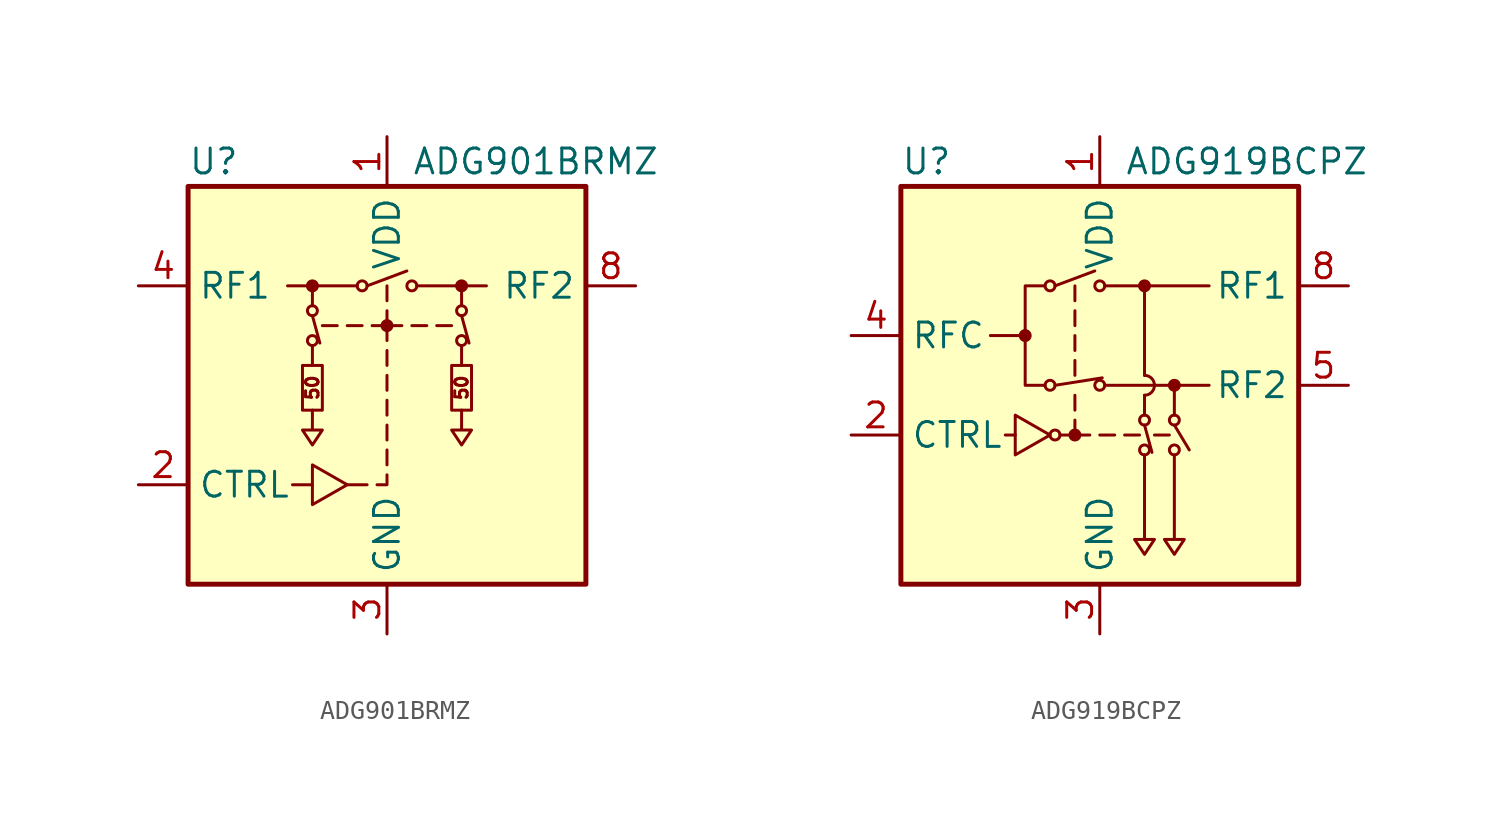
<source format=kicad_sym>
(kicad_symbol_lib
  (version 20231120)
  (generator "kicad_symbol_editor")
  (generator_version "8.0")
  (symbol "ADG901BRMZ"
    (property "Reference" "U"
      (at -10.16 11.43 0)
      (effects (font (size 1.27 1.27)) (justify left)))
    (property "Value" "ADG901BRMZ"
      (at 1.27 11.43 0)
      (effects (font (size 1.27 1.27)) (justify left)))
    (symbol "ADG901BRMZ_0_0"
      (rectangle (start -10.16 10.16) (end 10.16 -10.16) (stroke (width 0.254) (type default)) (fill (type background)))
      (polyline (pts (xy -4.826 -5.08) (xy -3.81 -5.08)) (stroke (width 0) (type default)) (fill (type none)))
      (polyline (pts (xy -2.54 3.048) (xy -3.302 3.048)) (stroke (width 0) (type default)) (fill (type none)))
      (polyline (pts (xy -2.032 3.048) (xy -1.27 3.048)) (stroke (width 0) (type default)) (fill (type none)))
      (polyline (pts (xy -1.016 -5.08) (xy -2.032 -5.08)) (stroke (width 0) (type default)) (fill (type none)))
      (polyline (pts (xy 0 -3.302) (xy 0 -4.064)) (stroke (width 0) (type default)) (fill (type none)))
      (polyline (pts (xy 0 -2.032) (xy 0 -2.794)) (stroke (width 0) (type default)) (fill (type none)))
      (polyline (pts (xy 0 -0.762) (xy 0 -1.524)) (stroke (width 0) (type default)) (fill (type none)))
      (polyline (pts (xy 0 0.508) (xy 0 -0.254)) (stroke (width 0) (type default)) (fill (type none)))
      (polyline (pts (xy 0 1.778) (xy 0 1.016)) (stroke (width 0) (type default)) (fill (type none)))
      (polyline (pts (xy 0 3.048) (xy -0.762 3.048)) (stroke (width 0) (type default)) (fill (type none)))
      (polyline (pts (xy 0 3.048) (xy 0 2.286)) (stroke (width 0) (type default)) (fill (type none)))
      (polyline (pts (xy 0 3.048) (xy 0 3.81)) (stroke (width 0) (type default)) (fill (type none)))
      (polyline (pts (xy 0 3.048) (xy 0.762 3.048)) (stroke (width 0) (type default)) (fill (type none)))
      (polyline (pts (xy 0 4.318) (xy 0 5.08)) (stroke (width 0) (type default)) (fill (type none)))
      (polyline (pts (xy 1.27 3.048) (xy 2.032 3.048)) (stroke (width 0) (type default)) (fill (type none)))
      (polyline (pts (xy 2.54 3.048) (xy 3.302 3.048)) (stroke (width 0) (type default)) (fill (type none)))
      (polyline (pts (xy 0 -4.572) (xy 0 -5.08) (xy -0.508 -5.08)) (stroke (width 0) (type default)) (fill (type none)))
      (polyline (pts (xy -3.81 -4.064) (xy -3.81 -6.096) (xy -2.032 -5.08) (xy -3.81 -4.064)) (stroke (width 0) (type default)) (fill (type none)))
      (circle (center 0 3.048) (radius 0.254) (stroke (width 0) (type default)) (fill (type outline)))
      (text "50" (at -3.81 -0.127 900) (effects (font (size 0.635 0.635))))
      (text "50" (at 3.81 -0.127 900) (effects (font (size 0.635 0.635)))))
    (symbol "ADG901BRMZ_0_1"
      (rectangle (start -4.318 1.016) (end -3.302 -1.27) (stroke (width 0) (type default)) (fill (type none)))
      (circle (center -3.81 2.286) (radius 0.254) (stroke (width 0) (type default)) (fill (type none)))
      (circle (center -3.81 3.81) (radius 0.254) (stroke (width 0) (type default)) (fill (type none)))
      (circle (center -3.81 5.08) (radius 0.254) (stroke (width 0) (type default)) (fill (type outline)))
      (circle (center -1.27 5.08) (radius 0.254) (stroke (width 0) (type default)) (fill (type none)))
      (polyline (pts (xy -5.08 5.08) (xy -1.524 5.08)) (stroke (width 0) (type default)) (fill (type none)))
      (polyline (pts (xy -3.81 2.032) (xy -3.81 1.016)) (stroke (width 0) (type default)) (fill (type none)))
      (polyline (pts (xy -3.81 3.556) (xy -3.429 2.159)) (stroke (width 0) (type default)) (fill (type none)))
      (polyline (pts (xy -3.81 5.08) (xy -3.81 4.064)) (stroke (width 0) (type default)) (fill (type none)))
      (polyline (pts (xy -1.016 5.08) (xy 1.016 5.842)) (stroke (width 0) (type default)) (fill (type none)))
      (polyline (pts (xy 1.524 5.08) (xy 5.08 5.08)) (stroke (width 0) (type default)) (fill (type none)))
      (polyline (pts (xy 3.81 2.032) (xy 3.81 1.016)) (stroke (width 0) (type default)) (fill (type none)))
      (polyline (pts (xy 3.81 3.556) (xy 4.191 2.159)) (stroke (width 0) (type default)) (fill (type none)))
      (polyline (pts (xy 3.81 5.08) (xy 3.81 4.064)) (stroke (width 0) (type default)) (fill (type none)))
      (polyline (pts (xy -3.81 -1.27) (xy -3.81 -2.286) (xy -4.318 -2.286) (xy -3.81 -3.048) (xy -3.302 -2.286) (xy -3.81 -2.286)) (stroke (width 0) (type default)) (fill (type none)))
      (polyline (pts (xy 3.81 -1.27) (xy 3.81 -2.286) (xy 3.302 -2.286) (xy 3.81 -3.048) (xy 4.318 -2.286) (xy 3.81 -2.286)) (stroke (width 0) (type default)) (fill (type none)))
      (circle (center 1.27 5.08) (radius 0.254) (stroke (width 0) (type default)) (fill (type none)))
      (rectangle (start 3.302 1.016) (end 4.318 -1.27) (stroke (width 0) (type default)) (fill (type none)))
      (circle (center 3.81 2.286) (radius 0.254) (stroke (width 0) (type default)) (fill (type none)))
      (circle (center 3.81 3.81) (radius 0.254) (stroke (width 0) (type default)) (fill (type none)))
      (circle (center 3.81 5.08) (radius 0.254) (stroke (width 0) (type default)) (fill (type outline))))
    (symbol "ADG901BRMZ_1_1"
      (pin power_in line (at 0 12.7 270) (length 2.54) (name "VDD" (effects (font (size 1.27 1.27)))) (number "1" (effects (font (size 1.27 1.27)))))
      (pin input line (at -12.7 -5.08 0) (length 2.54) (name "CTRL" (effects (font (size 1.27 1.27)))) (number "2" (effects (font (size 1.27 1.27)))))
      (pin power_in line (at 0 -12.7 90) (length 2.54) (name "GND" (effects (font (size 1.27 1.27)))) (number "3" (effects (font (size 1.27 1.27)))))
      (pin passive line (at -12.7 5.08 0) (length 2.54) (name "RF1" (effects (font (size 1.27 1.27)))) (number "4" (effects (font (size 1.27 1.27)))))
      (pin passive line (at 0 -12.7 90) (length 2.54) hide (name "GND" (effects (font (size 1.27 1.27)))) (number "5" (effects (font (size 1.27 1.27)))))
      (pin passive line (at 0 -12.7 90) (length 2.54) hide (name "GND" (effects (font (size 1.27 1.27)))) (number "6" (effects (font (size 1.27 1.27)))))
      (pin passive line (at 0 -12.7 90) (length 2.54) hide (name "GND" (effects (font (size 1.27 1.27)))) (number "7" (effects (font (size 1.27 1.27)))))
      (pin passive line (at 12.7 5.08 180) (length 2.54) (name "RF2" (effects (font (size 1.27 1.27)))) (number "8" (effects (font (size 1.27 1.27)))))))
  (symbol "ADG919BCPZ"
    (property "Reference" "U"
      (at -10.16 11.43 0)
      (effects (font (size 1.27 1.27)) (justify left)))
    (property "Value" "ADG919BCPZ"
      (at 1.27 11.43 0)
      (effects (font (size 1.27 1.27)) (justify left)))
    (symbol "ADG919BCPZ_0_0"
      (rectangle (start -10.16 10.16) (end 10.16 -10.16) (stroke (width 0.254) (type default)) (fill (type background)))
      (circle (center -3.81 2.54) (radius 0.254) (stroke (width 0) (type default)) (fill (type outline)))
      (circle (center -2.286 -2.54) (radius 0.254) (stroke (width 0) (type default)) (fill (type none)))
      (circle (center -1.27 -2.54) (radius 0.254) (stroke (width 0) (type default)) (fill (type outline)))
      (polyline (pts (xy -4.318 -2.54) (xy -4.826 -2.54)) (stroke (width 0) (type default)) (fill (type none)))
      (polyline (pts (xy -3.81 2.54) (xy -5.588 2.54)) (stroke (width 0) (type default)) (fill (type none)))
      (polyline (pts (xy -1.27 -2.54) (xy -1.27 -1.778)) (stroke (width 0) (type default)) (fill (type none)))
      (polyline (pts (xy -1.27 -1.27) (xy -1.27 -0.508)) (stroke (width 0) (type default)) (fill (type none)))
      (polyline (pts (xy -1.27 1.27) (xy -1.27 0.508)) (stroke (width 0) (type default)) (fill (type none)))
      (polyline (pts (xy -1.27 2.54) (xy -1.27 1.778)) (stroke (width 0) (type default)) (fill (type none)))
      (polyline (pts (xy -1.27 3.81) (xy -1.27 3.048)) (stroke (width 0) (type default)) (fill (type none)))
      (polyline (pts (xy -1.27 5.08) (xy -1.27 4.318)) (stroke (width 0) (type default)) (fill (type none)))
      (polyline (pts (xy -0.508 -2.54) (xy -2.032 -2.54)) (stroke (width 0) (type default)) (fill (type none)))
      (polyline (pts (xy 0 -2.54) (xy 0.762 -2.54)) (stroke (width 0) (type default)) (fill (type none)))
      (polyline (pts (xy 0.254 0) (xy 5.588 0)) (stroke (width 0) (type default)) (fill (type none)))
      (polyline (pts (xy 0.254 5.08) (xy 5.588 5.08)) (stroke (width 0) (type default)) (fill (type none)))
      (polyline (pts (xy 2.032 -2.54) (xy 1.27 -2.54)) (stroke (width 0) (type default)) (fill (type none)))
      (polyline (pts (xy 2.286 0.508) (xy 2.286 5.08)) (stroke (width 0) (type default)) (fill (type none)))
      (polyline (pts (xy 3.556 -2.54) (xy 2.794 -2.54)) (stroke (width 0) (type default)) (fill (type none)))
      (polyline (pts (xy -4.318 -1.524) (xy -4.318 -3.556) (xy -2.54 -2.54) (xy -4.318 -1.524)) (stroke (width 0) (type default)) (fill (type none)))
      (polyline (pts (xy -2.794 0) (xy -3.81 0) (xy -3.81 5.08) (xy -2.794 5.08)) (stroke (width 0) (type default)) (fill (type none)))
      (arc (start 2.286 -0.508) (mid 2.7918 0) (end 2.286 0.508) (stroke (width 0) (type default)) (fill (type none))))
    (symbol "ADG919BCPZ_0_1"
      (circle (center -2.54 0) (radius 0.254) (stroke (width 0) (type default)) (fill (type none)))
      (circle (center -2.54 5.08) (radius 0.254) (stroke (width 0) (type default)) (fill (type none)))
      (polyline (pts (xy -2.286 0) (xy 0.127 0.381)) (stroke (width 0) (type default)) (fill (type none)))
      (polyline (pts (xy -2.286 5.08) (xy -0.254 5.842)) (stroke (width 0) (type default)) (fill (type none)))
      (polyline (pts (xy 2.286 -2.032) (xy 2.667 -3.429)) (stroke (width 0) (type default)) (fill (type none)))
      (polyline (pts (xy 2.286 -0.508) (xy 2.286 -1.524)) (stroke (width 0) (type default)) (fill (type none)))
      (polyline (pts (xy 3.81 -2.032) (xy 4.572 -3.302)) (stroke (width 0) (type default)) (fill (type none)))
      (polyline (pts (xy 3.81 0) (xy 3.81 -1.524)) (stroke (width 0) (type default)) (fill (type none)))
      (polyline (pts (xy 2.286 -3.556) (xy 2.286 -7.874) (xy 1.778 -7.874) (xy 2.286 -8.636) (xy 2.794 -7.874) (xy 2.286 -7.874)) (stroke (width 0) (type default)) (fill (type none)))
      (polyline (pts (xy 3.81 -3.556) (xy 3.81 -7.874) (xy 3.302 -7.874) (xy 3.81 -8.636) (xy 4.318 -7.874) (xy 3.81 -7.874)) (stroke (width 0) (type default)) (fill (type none)))
      (circle (center 0 0) (radius 0.254) (stroke (width 0) (type default)) (fill (type none)))
      (circle (center 0 5.08) (radius 0.254) (stroke (width 0) (type default)) (fill (type none)))
      (circle (center 2.286 -3.302) (radius 0.254) (stroke (width 0) (type default)) (fill (type none)))
      (circle (center 2.286 -1.778) (radius 0.254) (stroke (width 0) (type default)) (fill (type none)))
      (circle (center 2.286 5.08) (radius 0.254) (stroke (width 0) (type default)) (fill (type outline)))
      (circle (center 3.81 -3.302) (radius 0.254) (stroke (width 0) (type default)) (fill (type none)))
      (circle (center 3.81 -1.778) (radius 0.254) (stroke (width 0) (type default)) (fill (type none)))
      (circle (center 3.81 0) (radius 0.254) (stroke (width 0) (type default)) (fill (type outline))))
    (symbol "ADG919BCPZ_1_1"
      (pin power_in line (at 0 12.7 270) (length 2.54) (name "VDD" (effects (font (size 1.27 1.27)))) (number "1" (effects (font (size 1.27 1.27)))))
      (pin input line (at -12.7 -2.54 0) (length 2.54) (name "CTRL" (effects (font (size 1.27 1.27)))) (number "2" (effects (font (size 1.27 1.27)))))
      (pin power_in line (at 0 -12.7 90) (length 2.54) (name "GND" (effects (font (size 1.27 1.27)))) (number "3" (effects (font (size 1.27 1.27)))))
      (pin passive line (at -12.7 2.54 0) (length 2.54) (name "RFC" (effects (font (size 1.27 1.27)))) (number "4" (effects (font (size 1.27 1.27)))))
      (pin passive line (at 12.7 0 180) (length 2.54) (name "RF2" (effects (font (size 1.27 1.27)))) (number "5" (effects (font (size 1.27 1.27)))))
      (pin passive line (at 0 -12.7 90) (length 2.54) hide (name "GND" (effects (font (size 1.27 1.27)))) (number "6" (effects (font (size 1.27 1.27)))))
      (pin passive line (at 0 -12.7 90) (length 2.54) hide (name "GND" (effects (font (size 1.27 1.27)))) (number "7" (effects (font (size 1.27 1.27)))))
      (pin passive line (at 12.7 5.08 180) (length 2.54) (name "RF1" (effects (font (size 1.27 1.27)))) (number "8" (effects (font (size 1.27 1.27)))))
      (pin passive line (at 0 -12.7 90) (length 2.54) hide (name "GND" (effects (font (size 1.27 1.27)))) (number "9" (effects (font (size 1.27 1.27))))))))
</source>
